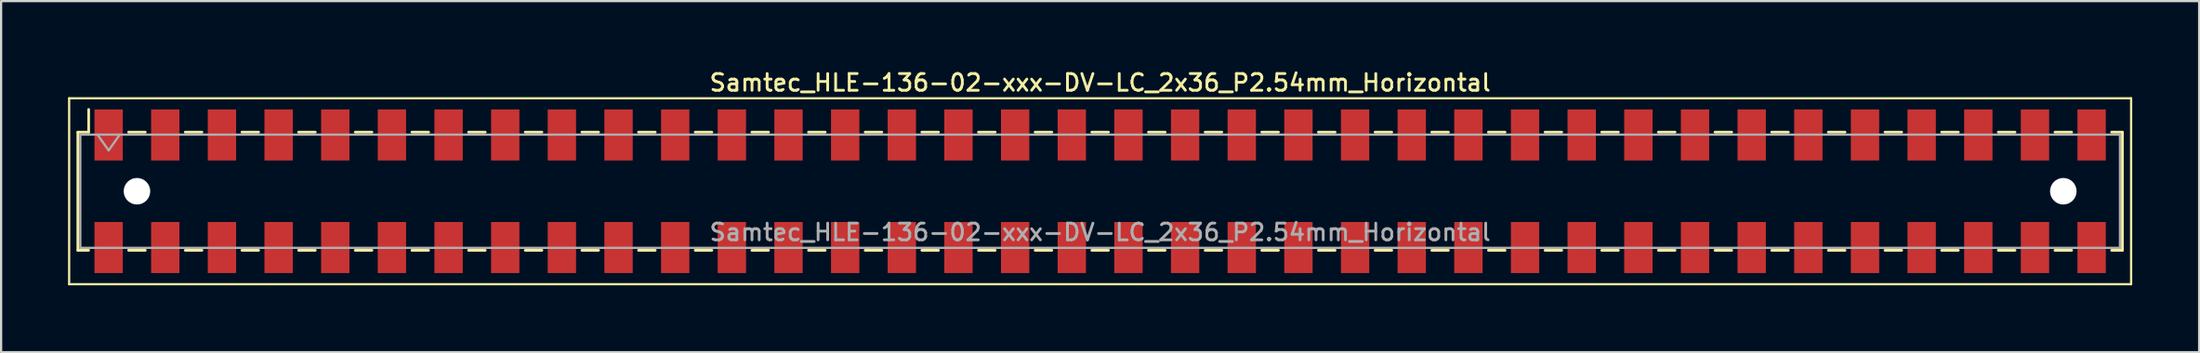
<source format=kicad_pcb>
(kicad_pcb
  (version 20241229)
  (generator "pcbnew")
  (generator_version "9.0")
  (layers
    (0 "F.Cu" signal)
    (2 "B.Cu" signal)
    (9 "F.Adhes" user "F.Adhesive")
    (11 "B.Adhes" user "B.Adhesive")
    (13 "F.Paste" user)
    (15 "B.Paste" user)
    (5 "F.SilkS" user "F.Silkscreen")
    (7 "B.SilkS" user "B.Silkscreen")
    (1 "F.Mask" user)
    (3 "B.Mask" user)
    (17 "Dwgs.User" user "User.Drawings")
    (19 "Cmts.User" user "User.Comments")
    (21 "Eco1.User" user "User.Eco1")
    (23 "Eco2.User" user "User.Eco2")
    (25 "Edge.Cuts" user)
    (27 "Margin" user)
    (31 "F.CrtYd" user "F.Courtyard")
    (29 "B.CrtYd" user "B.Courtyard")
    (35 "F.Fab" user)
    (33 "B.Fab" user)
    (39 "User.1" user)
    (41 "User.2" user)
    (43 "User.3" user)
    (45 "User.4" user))
  (footprint "Samtec_HLE-136-02-xxx-DV-LC_2x36_P2.54mm_Horizontal"
    (layer "F.Cu")
    (at 46.27 5.528)
    (property "Reference" "Samtec_HLE-136-02-xxx-DV-LC_2x36_P2.54mm_Horizontal" (at 0 -4.87 0) (layer "F.SilkS") (effects (font (size 0.75 0.75) (thickness 0.125))))
    (attr smd)
    (fp_line (start -46.22 -4.17) (end 46.22 -4.17) (stroke (width 0.1) (type solid)) (layer "F.SilkS"))
    (fp_line (start -46.22 4.17) (end -46.22 -4.17) (stroke (width 0.1) (type solid)) (layer "F.SilkS"))
    (fp_line (start -45.83 -2.65) (end -45.83 2.65) (stroke (width 0.12) (type solid)) (layer "F.SilkS"))
    (fp_line (start -45.83 2.65) (end -45.345 2.65) (stroke (width 0.12) (type solid)) (layer "F.SilkS"))
    (fp_line (start -45.345 -3.67) (end -45.345 -2.65) (stroke (width 0.12) (type solid)) (layer "F.SilkS"))
    (fp_line (start -45.345 -2.65) (end -45.83 -2.65) (stroke (width 0.12) (type solid)) (layer "F.SilkS"))
    (fp_line (start -43.555 -2.65) (end -42.805 -2.65) (stroke (width 0.12) (type solid)) (layer "F.SilkS"))
    (fp_line (start -43.555 2.65) (end -42.805 2.65) (stroke (width 0.12) (type solid)) (layer "F.SilkS"))
    (fp_line (start -41.015 -2.65) (end -40.265 -2.65) (stroke (width 0.12) (type solid)) (layer "F.SilkS"))
    (fp_line (start -41.015 2.65) (end -40.265 2.65) (stroke (width 0.12) (type solid)) (layer "F.SilkS"))
    (fp_line (start -38.475 -2.65) (end -37.725 -2.65) (stroke (width 0.12) (type solid)) (layer "F.SilkS"))
    (fp_line (start -38.475 2.65) (end -37.725 2.65) (stroke (width 0.12) (type solid)) (layer "F.SilkS"))
    (fp_line (start -35.935 -2.65) (end -35.185 -2.65) (stroke (width 0.12) (type solid)) (layer "F.SilkS"))
    (fp_line (start -35.935 2.65) (end -35.185 2.65) (stroke (width 0.12) (type solid)) (layer "F.SilkS"))
    (fp_line (start -33.395 -2.65) (end -32.645 -2.65) (stroke (width 0.12) (type solid)) (layer "F.SilkS"))
    (fp_line (start -33.395 2.65) (end -32.645 2.65) (stroke (width 0.12) (type solid)) (layer "F.SilkS"))
    (fp_line (start -30.855 -2.65) (end -30.105 -2.65) (stroke (width 0.12) (type solid)) (layer "F.SilkS"))
    (fp_line (start -30.855 2.65) (end -30.105 2.65) (stroke (width 0.12) (type solid)) (layer "F.SilkS"))
    (fp_line (start -28.315 -2.65) (end -27.565 -2.65) (stroke (width 0.12) (type solid)) (layer "F.SilkS"))
    (fp_line (start -28.315 2.65) (end -27.565 2.65) (stroke (width 0.12) (type solid)) (layer "F.SilkS"))
    (fp_line (start -25.775 -2.65) (end -25.025 -2.65) (stroke (width 0.12) (type solid)) (layer "F.SilkS"))
    (fp_line (start -25.775 2.65) (end -25.025 2.65) (stroke (width 0.12) (type solid)) (layer "F.SilkS"))
    (fp_line (start -23.235 -2.65) (end -22.485 -2.65) (stroke (width 0.12) (type solid)) (layer "F.SilkS"))
    (fp_line (start -23.235 2.65) (end -22.485 2.65) (stroke (width 0.12) (type solid)) (layer "F.SilkS"))
    (fp_line (start -20.695 -2.65) (end -19.945 -2.65) (stroke (width 0.12) (type solid)) (layer "F.SilkS"))
    (fp_line (start -20.695 2.65) (end -19.945 2.65) (stroke (width 0.12) (type solid)) (layer "F.SilkS"))
    (fp_line (start -18.155 -2.65) (end -17.405 -2.65) (stroke (width 0.12) (type solid)) (layer "F.SilkS"))
    (fp_line (start -18.155 2.65) (end -17.405 2.65) (stroke (width 0.12) (type solid)) (layer "F.SilkS"))
    (fp_line (start -15.615 -2.65) (end -14.865 -2.65) (stroke (width 0.12) (type solid)) (layer "F.SilkS"))
    (fp_line (start -15.615 2.65) (end -14.865 2.65) (stroke (width 0.12) (type solid)) (layer "F.SilkS"))
    (fp_line (start -13.075 -2.65) (end -12.325 -2.65) (stroke (width 0.12) (type solid)) (layer "F.SilkS"))
    (fp_line (start -13.075 2.65) (end -12.325 2.65) (stroke (width 0.12) (type solid)) (layer "F.SilkS"))
    (fp_line (start -10.535 -2.65) (end -9.785 -2.65) (stroke (width 0.12) (type solid)) (layer "F.SilkS"))
    (fp_line (start -10.535 2.65) (end -9.785 2.65) (stroke (width 0.12) (type solid)) (layer "F.SilkS"))
    (fp_line (start -7.995 -2.65) (end -7.245 -2.65) (stroke (width 0.12) (type solid)) (layer "F.SilkS"))
    (fp_line (start -7.995 2.65) (end -7.245 2.65) (stroke (width 0.12) (type solid)) (layer "F.SilkS"))
    (fp_line (start -5.455 -2.65) (end -4.705 -2.65) (stroke (width 0.12) (type solid)) (layer "F.SilkS"))
    (fp_line (start -5.455 2.65) (end -4.705 2.65) (stroke (width 0.12) (type solid)) (layer "F.SilkS"))
    (fp_line (start -2.915 -2.65) (end -2.165 -2.65) (stroke (width 0.12) (type solid)) (layer "F.SilkS"))
    (fp_line (start -2.915 2.65) (end -2.165 2.65) (stroke (width 0.12) (type solid)) (layer "F.SilkS"))
    (fp_line (start -0.375 -2.65) (end 0.375 -2.65) (stroke (width 0.12) (type solid)) (layer "F.SilkS"))
    (fp_line (start -0.375 2.65) (end 0.375 2.65) (stroke (width 0.12) (type solid)) (layer "F.SilkS"))
    (fp_line (start 2.165 -2.65) (end 2.915 -2.65) (stroke (width 0.12) (type solid)) (layer "F.SilkS"))
    (fp_line (start 2.165 2.65) (end 2.915 2.65) (stroke (width 0.12) (type solid)) (layer "F.SilkS"))
    (fp_line (start 4.705 -2.65) (end 5.455 -2.65) (stroke (width 0.12) (type solid)) (layer "F.SilkS"))
    (fp_line (start 4.705 2.65) (end 5.455 2.65) (stroke (width 0.12) (type solid)) (layer "F.SilkS"))
    (fp_line (start 7.245 -2.65) (end 7.995 -2.65) (stroke (width 0.12) (type solid)) (layer "F.SilkS"))
    (fp_line (start 7.245 2.65) (end 7.995 2.65) (stroke (width 0.12) (type solid)) (layer "F.SilkS"))
    (fp_line (start 9.785 -2.65) (end 10.535 -2.65) (stroke (width 0.12) (type solid)) (layer "F.SilkS"))
    (fp_line (start 9.785 2.65) (end 10.535 2.65) (stroke (width 0.12) (type solid)) (layer "F.SilkS"))
    (fp_line (start 12.325 -2.65) (end 13.075 -2.65) (stroke (width 0.12) (type solid)) (layer "F.SilkS"))
    (fp_line (start 12.325 2.65) (end 13.075 2.65) (stroke (width 0.12) (type solid)) (layer "F.SilkS"))
    (fp_line (start 14.865 -2.65) (end 15.615 -2.65) (stroke (width 0.12) (type solid)) (layer "F.SilkS"))
    (fp_line (start 14.865 2.65) (end 15.615 2.65) (stroke (width 0.12) (type solid)) (layer "F.SilkS"))
    (fp_line (start 17.405 -2.65) (end 18.155 -2.65) (stroke (width 0.12) (type solid)) (layer "F.SilkS"))
    (fp_line (start 17.405 2.65) (end 18.155 2.65) (stroke (width 0.12) (type solid)) (layer "F.SilkS"))
    (fp_line (start 19.945 -2.65) (end 20.695 -2.65) (stroke (width 0.12) (type solid)) (layer "F.SilkS"))
    (fp_line (start 19.945 2.65) (end 20.695 2.65) (stroke (width 0.12) (type solid)) (layer "F.SilkS"))
    (fp_line (start 22.485 -2.65) (end 23.235 -2.65) (stroke (width 0.12) (type solid)) (layer "F.SilkS"))
    (fp_line (start 22.485 2.65) (end 23.235 2.65) (stroke (width 0.12) (type solid)) (layer "F.SilkS"))
    (fp_line (start 25.025 -2.65) (end 25.775 -2.65) (stroke (width 0.12) (type solid)) (layer "F.SilkS"))
    (fp_line (start 25.025 2.65) (end 25.775 2.65) (stroke (width 0.12) (type solid)) (layer "F.SilkS"))
    (fp_line (start 27.565 -2.65) (end 28.315 -2.65) (stroke (width 0.12) (type solid)) (layer "F.SilkS"))
    (fp_line (start 27.565 2.65) (end 28.315 2.65) (stroke (width 0.12) (type solid)) (layer "F.SilkS"))
    (fp_line (start 30.105 -2.65) (end 30.855 -2.65) (stroke (width 0.12) (type solid)) (layer "F.SilkS"))
    (fp_line (start 30.105 2.65) (end 30.855 2.65) (stroke (width 0.12) (type solid)) (layer "F.SilkS"))
    (fp_line (start 32.645 -2.65) (end 33.395 -2.65) (stroke (width 0.12) (type solid)) (layer "F.SilkS"))
    (fp_line (start 32.645 2.65) (end 33.395 2.65) (stroke (width 0.12) (type solid)) (layer "F.SilkS"))
    (fp_line (start 35.185 -2.65) (end 35.935 -2.65) (stroke (width 0.12) (type solid)) (layer "F.SilkS"))
    (fp_line (start 35.185 2.65) (end 35.935 2.65) (stroke (width 0.12) (type solid)) (layer "F.SilkS"))
    (fp_line (start 37.725 -2.65) (end 38.475 -2.65) (stroke (width 0.12) (type solid)) (layer "F.SilkS"))
    (fp_line (start 37.725 2.65) (end 38.475 2.65) (stroke (width 0.12) (type solid)) (layer "F.SilkS"))
    (fp_line (start 40.265 -2.65) (end 41.015 -2.65) (stroke (width 0.12) (type solid)) (layer "F.SilkS"))
    (fp_line (start 40.265 2.65) (end 41.015 2.65) (stroke (width 0.12) (type solid)) (layer "F.SilkS"))
    (fp_line (start 42.805 -2.65) (end 43.555 -2.65) (stroke (width 0.12) (type solid)) (layer "F.SilkS"))
    (fp_line (start 42.805 2.65) (end 43.555 2.65) (stroke (width 0.12) (type solid)) (layer "F.SilkS"))
    (fp_line (start 45.345 -2.65) (end 45.83 -2.65) (stroke (width 0.12) (type solid)) (layer "F.SilkS"))
    (fp_line (start 45.83 -2.65) (end 45.83 2.65) (stroke (width 0.12) (type solid)) (layer "F.SilkS"))
    (fp_line (start 45.83 2.65) (end 45.345 2.65) (stroke (width 0.12) (type solid)) (layer "F.SilkS"))
    (fp_line (start 46.22 -4.17) (end 46.22 4.17) (stroke (width 0.1) (type solid)) (layer "F.SilkS"))
    (fp_line (start 46.22 4.17) (end -46.22 4.17) (stroke (width 0.1) (type solid)) (layer "F.SilkS"))
    (fp_line (start -45.72 -2.54) (end 45.72 -2.54) (stroke (width 0.1) (type solid)) (layer "F.Fab"))
    (fp_line (start -45.72 2.54) (end -45.72 -2.54) (stroke (width 0.1) (type solid)) (layer "F.Fab"))
    (fp_line (start -44.95 -2.54) (end -44.45 -1.833) (stroke (width 0.1) (type solid)) (layer "F.Fab"))
    (fp_line (start -44.45 -1.833) (end -43.95 -2.54) (stroke (width 0.1) (type solid)) (layer "F.Fab"))
    (fp_line (start 45.72 -2.54) (end 45.72 2.54) (stroke (width 0.1) (type solid)) (layer "F.Fab"))
    (fp_line (start 45.72 2.54) (end -45.72 2.54) (stroke (width 0.1) (type solid)) (layer "F.Fab"))
    (fp_text user "${REFERENCE}" (at 0 1.84 0) (layer "F.Fab") (effects (font (size 0.75 0.75) (thickness 0.125))))
    (pad "" np_thru_hole circle (at -43.18 0) (size 1.19 1.19) (drill 1.19) (layers "*.Cu" "*.Mask"))
    (pad "" np_thru_hole circle (at 43.18 0) (size 1.19 1.19) (drill 1.19) (layers "*.Cu" "*.Mask"))
    (pad "1" smd rect (at -44.45 -2.525) (size 1.27 2.29) (layers "F.Cu" "F.Mask" "F.Paste"))
    (pad "2" smd rect (at -44.45 2.525) (size 1.27 2.29) (layers "F.Cu" "F.Mask" "F.Paste"))
    (pad "3" smd rect (at -41.91 -2.525) (size 1.27 2.29) (layers "F.Cu" "F.Mask" "F.Paste"))
    (pad "4" smd rect (at -41.91 2.525) (size 1.27 2.29) (layers "F.Cu" "F.Mask" "F.Paste"))
    (pad "5" smd rect (at -39.37 -2.525) (size 1.27 2.29) (layers "F.Cu" "F.Mask" "F.Paste"))
    (pad "6" smd rect (at -39.37 2.525) (size 1.27 2.29) (layers "F.Cu" "F.Mask" "F.Paste"))
    (pad "7" smd rect (at -36.83 -2.525) (size 1.27 2.29) (layers "F.Cu" "F.Mask" "F.Paste"))
    (pad "8" smd rect (at -36.83 2.525) (size 1.27 2.29) (layers "F.Cu" "F.Mask" "F.Paste"))
    (pad "9" smd rect (at -34.29 -2.525) (size 1.27 2.29) (layers "F.Cu" "F.Mask" "F.Paste"))
    (pad "10" smd rect (at -34.29 2.525) (size 1.27 2.29) (layers "F.Cu" "F.Mask" "F.Paste"))
    (pad "11" smd rect (at -31.75 -2.525) (size 1.27 2.29) (layers "F.Cu" "F.Mask" "F.Paste"))
    (pad "12" smd rect (at -31.75 2.525) (size 1.27 2.29) (layers "F.Cu" "F.Mask" "F.Paste"))
    (pad "13" smd rect (at -29.21 -2.525) (size 1.27 2.29) (layers "F.Cu" "F.Mask" "F.Paste"))
    (pad "14" smd rect (at -29.21 2.525) (size 1.27 2.29) (layers "F.Cu" "F.Mask" "F.Paste"))
    (pad "15" smd rect (at -26.67 -2.525) (size 1.27 2.29) (layers "F.Cu" "F.Mask" "F.Paste"))
    (pad "16" smd rect (at -26.67 2.525) (size 1.27 2.29) (layers "F.Cu" "F.Mask" "F.Paste"))
    (pad "17" smd rect (at -24.13 -2.525) (size 1.27 2.29) (layers "F.Cu" "F.Mask" "F.Paste"))
    (pad "18" smd rect (at -24.13 2.525) (size 1.27 2.29) (layers "F.Cu" "F.Mask" "F.Paste"))
    (pad "19" smd rect (at -21.59 -2.525) (size 1.27 2.29) (layers "F.Cu" "F.Mask" "F.Paste"))
    (pad "20" smd rect (at -21.59 2.525) (size 1.27 2.29) (layers "F.Cu" "F.Mask" "F.Paste"))
    (pad "21" smd rect (at -19.05 -2.525) (size 1.27 2.29) (layers "F.Cu" "F.Mask" "F.Paste"))
    (pad "22" smd rect (at -19.05 2.525) (size 1.27 2.29) (layers "F.Cu" "F.Mask" "F.Paste"))
    (pad "23" smd rect (at -16.51 -2.525) (size 1.27 2.29) (layers "F.Cu" "F.Mask" "F.Paste"))
    (pad "24" smd rect (at -16.51 2.525) (size 1.27 2.29) (layers "F.Cu" "F.Mask" "F.Paste"))
    (pad "25" smd rect (at -13.97 -2.525) (size 1.27 2.29) (layers "F.Cu" "F.Mask" "F.Paste"))
    (pad "26" smd rect (at -13.97 2.525) (size 1.27 2.29) (layers "F.Cu" "F.Mask" "F.Paste"))
    (pad "27" smd rect (at -11.43 -2.525) (size 1.27 2.29) (layers "F.Cu" "F.Mask" "F.Paste"))
    (pad "28" smd rect (at -11.43 2.525) (size 1.27 2.29) (layers "F.Cu" "F.Mask" "F.Paste"))
    (pad "29" smd rect (at -8.89 -2.525) (size 1.27 2.29) (layers "F.Cu" "F.Mask" "F.Paste"))
    (pad "30" smd rect (at -8.89 2.525) (size 1.27 2.29) (layers "F.Cu" "F.Mask" "F.Paste"))
    (pad "31" smd rect (at -6.35 -2.525) (size 1.27 2.29) (layers "F.Cu" "F.Mask" "F.Paste"))
    (pad "32" smd rect (at -6.35 2.525) (size 1.27 2.29) (layers "F.Cu" "F.Mask" "F.Paste"))
    (pad "33" smd rect (at -3.81 -2.525) (size 1.27 2.29) (layers "F.Cu" "F.Mask" "F.Paste"))
    (pad "34" smd rect (at -3.81 2.525) (size 1.27 2.29) (layers "F.Cu" "F.Mask" "F.Paste"))
    (pad "35" smd rect (at -1.27 -2.525) (size 1.27 2.29) (layers "F.Cu" "F.Mask" "F.Paste"))
    (pad "36" smd rect (at -1.27 2.525) (size 1.27 2.29) (layers "F.Cu" "F.Mask" "F.Paste"))
    (pad "37" smd rect (at 1.27 -2.525) (size 1.27 2.29) (layers "F.Cu" "F.Mask" "F.Paste"))
    (pad "38" smd rect (at 1.27 2.525) (size 1.27 2.29) (layers "F.Cu" "F.Mask" "F.Paste"))
    (pad "39" smd rect (at 3.81 -2.525) (size 1.27 2.29) (layers "F.Cu" "F.Mask" "F.Paste"))
    (pad "40" smd rect (at 3.81 2.525) (size 1.27 2.29) (layers "F.Cu" "F.Mask" "F.Paste"))
    (pad "41" smd rect (at 6.35 -2.525) (size 1.27 2.29) (layers "F.Cu" "F.Mask" "F.Paste"))
    (pad "42" smd rect (at 6.35 2.525) (size 1.27 2.29) (layers "F.Cu" "F.Mask" "F.Paste"))
    (pad "43" smd rect (at 8.89 -2.525) (size 1.27 2.29) (layers "F.Cu" "F.Mask" "F.Paste"))
    (pad "44" smd rect (at 8.89 2.525) (size 1.27 2.29) (layers "F.Cu" "F.Mask" "F.Paste"))
    (pad "45" smd rect (at 11.43 -2.525) (size 1.27 2.29) (layers "F.Cu" "F.Mask" "F.Paste"))
    (pad "46" smd rect (at 11.43 2.525) (size 1.27 2.29) (layers "F.Cu" "F.Mask" "F.Paste"))
    (pad "47" smd rect (at 13.97 -2.525) (size 1.27 2.29) (layers "F.Cu" "F.Mask" "F.Paste"))
    (pad "48" smd rect (at 13.97 2.525) (size 1.27 2.29) (layers "F.Cu" "F.Mask" "F.Paste"))
    (pad "49" smd rect (at 16.51 -2.525) (size 1.27 2.29) (layers "F.Cu" "F.Mask" "F.Paste"))
    (pad "50" smd rect (at 16.51 2.525) (size 1.27 2.29) (layers "F.Cu" "F.Mask" "F.Paste"))
    (pad "51" smd rect (at 19.05 -2.525) (size 1.27 2.29) (layers "F.Cu" "F.Mask" "F.Paste"))
    (pad "52" smd rect (at 19.05 2.525) (size 1.27 2.29) (layers "F.Cu" "F.Mask" "F.Paste"))
    (pad "53" smd rect (at 21.59 -2.525) (size 1.27 2.29) (layers "F.Cu" "F.Mask" "F.Paste"))
    (pad "54" smd rect (at 21.59 2.525) (size 1.27 2.29) (layers "F.Cu" "F.Mask" "F.Paste"))
    (pad "55" smd rect (at 24.13 -2.525) (size 1.27 2.29) (layers "F.Cu" "F.Mask" "F.Paste"))
    (pad "56" smd rect (at 24.13 2.525) (size 1.27 2.29) (layers "F.Cu" "F.Mask" "F.Paste"))
    (pad "57" smd rect (at 26.67 -2.525) (size 1.27 2.29) (layers "F.Cu" "F.Mask" "F.Paste"))
    (pad "58" smd rect (at 26.67 2.525) (size 1.27 2.29) (layers "F.Cu" "F.Mask" "F.Paste"))
    (pad "59" smd rect (at 29.21 -2.525) (size 1.27 2.29) (layers "F.Cu" "F.Mask" "F.Paste"))
    (pad "60" smd rect (at 29.21 2.525) (size 1.27 2.29) (layers "F.Cu" "F.Mask" "F.Paste"))
    (pad "61" smd rect (at 31.75 -2.525) (size 1.27 2.29) (layers "F.Cu" "F.Mask" "F.Paste"))
    (pad "62" smd rect (at 31.75 2.525) (size 1.27 2.29) (layers "F.Cu" "F.Mask" "F.Paste"))
    (pad "63" smd rect (at 34.29 -2.525) (size 1.27 2.29) (layers "F.Cu" "F.Mask" "F.Paste"))
    (pad "64" smd rect (at 34.29 2.525) (size 1.27 2.29) (layers "F.Cu" "F.Mask" "F.Paste"))
    (pad "65" smd rect (at 36.83 -2.525) (size 1.27 2.29) (layers "F.Cu" "F.Mask" "F.Paste"))
    (pad "66" smd rect (at 36.83 2.525) (size 1.27 2.29) (layers "F.Cu" "F.Mask" "F.Paste"))
    (pad "67" smd rect (at 39.37 -2.525) (size 1.27 2.29) (layers "F.Cu" "F.Mask" "F.Paste"))
    (pad "68" smd rect (at 39.37 2.525) (size 1.27 2.29) (layers "F.Cu" "F.Mask" "F.Paste"))
    (pad "69" smd rect (at 41.91 -2.525) (size 1.27 2.29) (layers "F.Cu" "F.Mask" "F.Paste"))
    (pad "70" smd rect (at 41.91 2.525) (size 1.27 2.29) (layers "F.Cu" "F.Mask" "F.Paste"))
    (pad "71" smd rect (at 44.45 -2.525) (size 1.27 2.29) (layers "F.Cu" "F.Mask" "F.Paste"))
    (pad "72" smd rect (at 44.45 2.525) (size 1.27 2.29) (layers "F.Cu" "F.Mask" "F.Paste")))
  (gr_rect
    (start -3 -3)
    (end 95.54 12.748)
    (stroke (width 0.1) (type default))
    (fill no)
    (layer "Edge.Cuts")))
</source>
